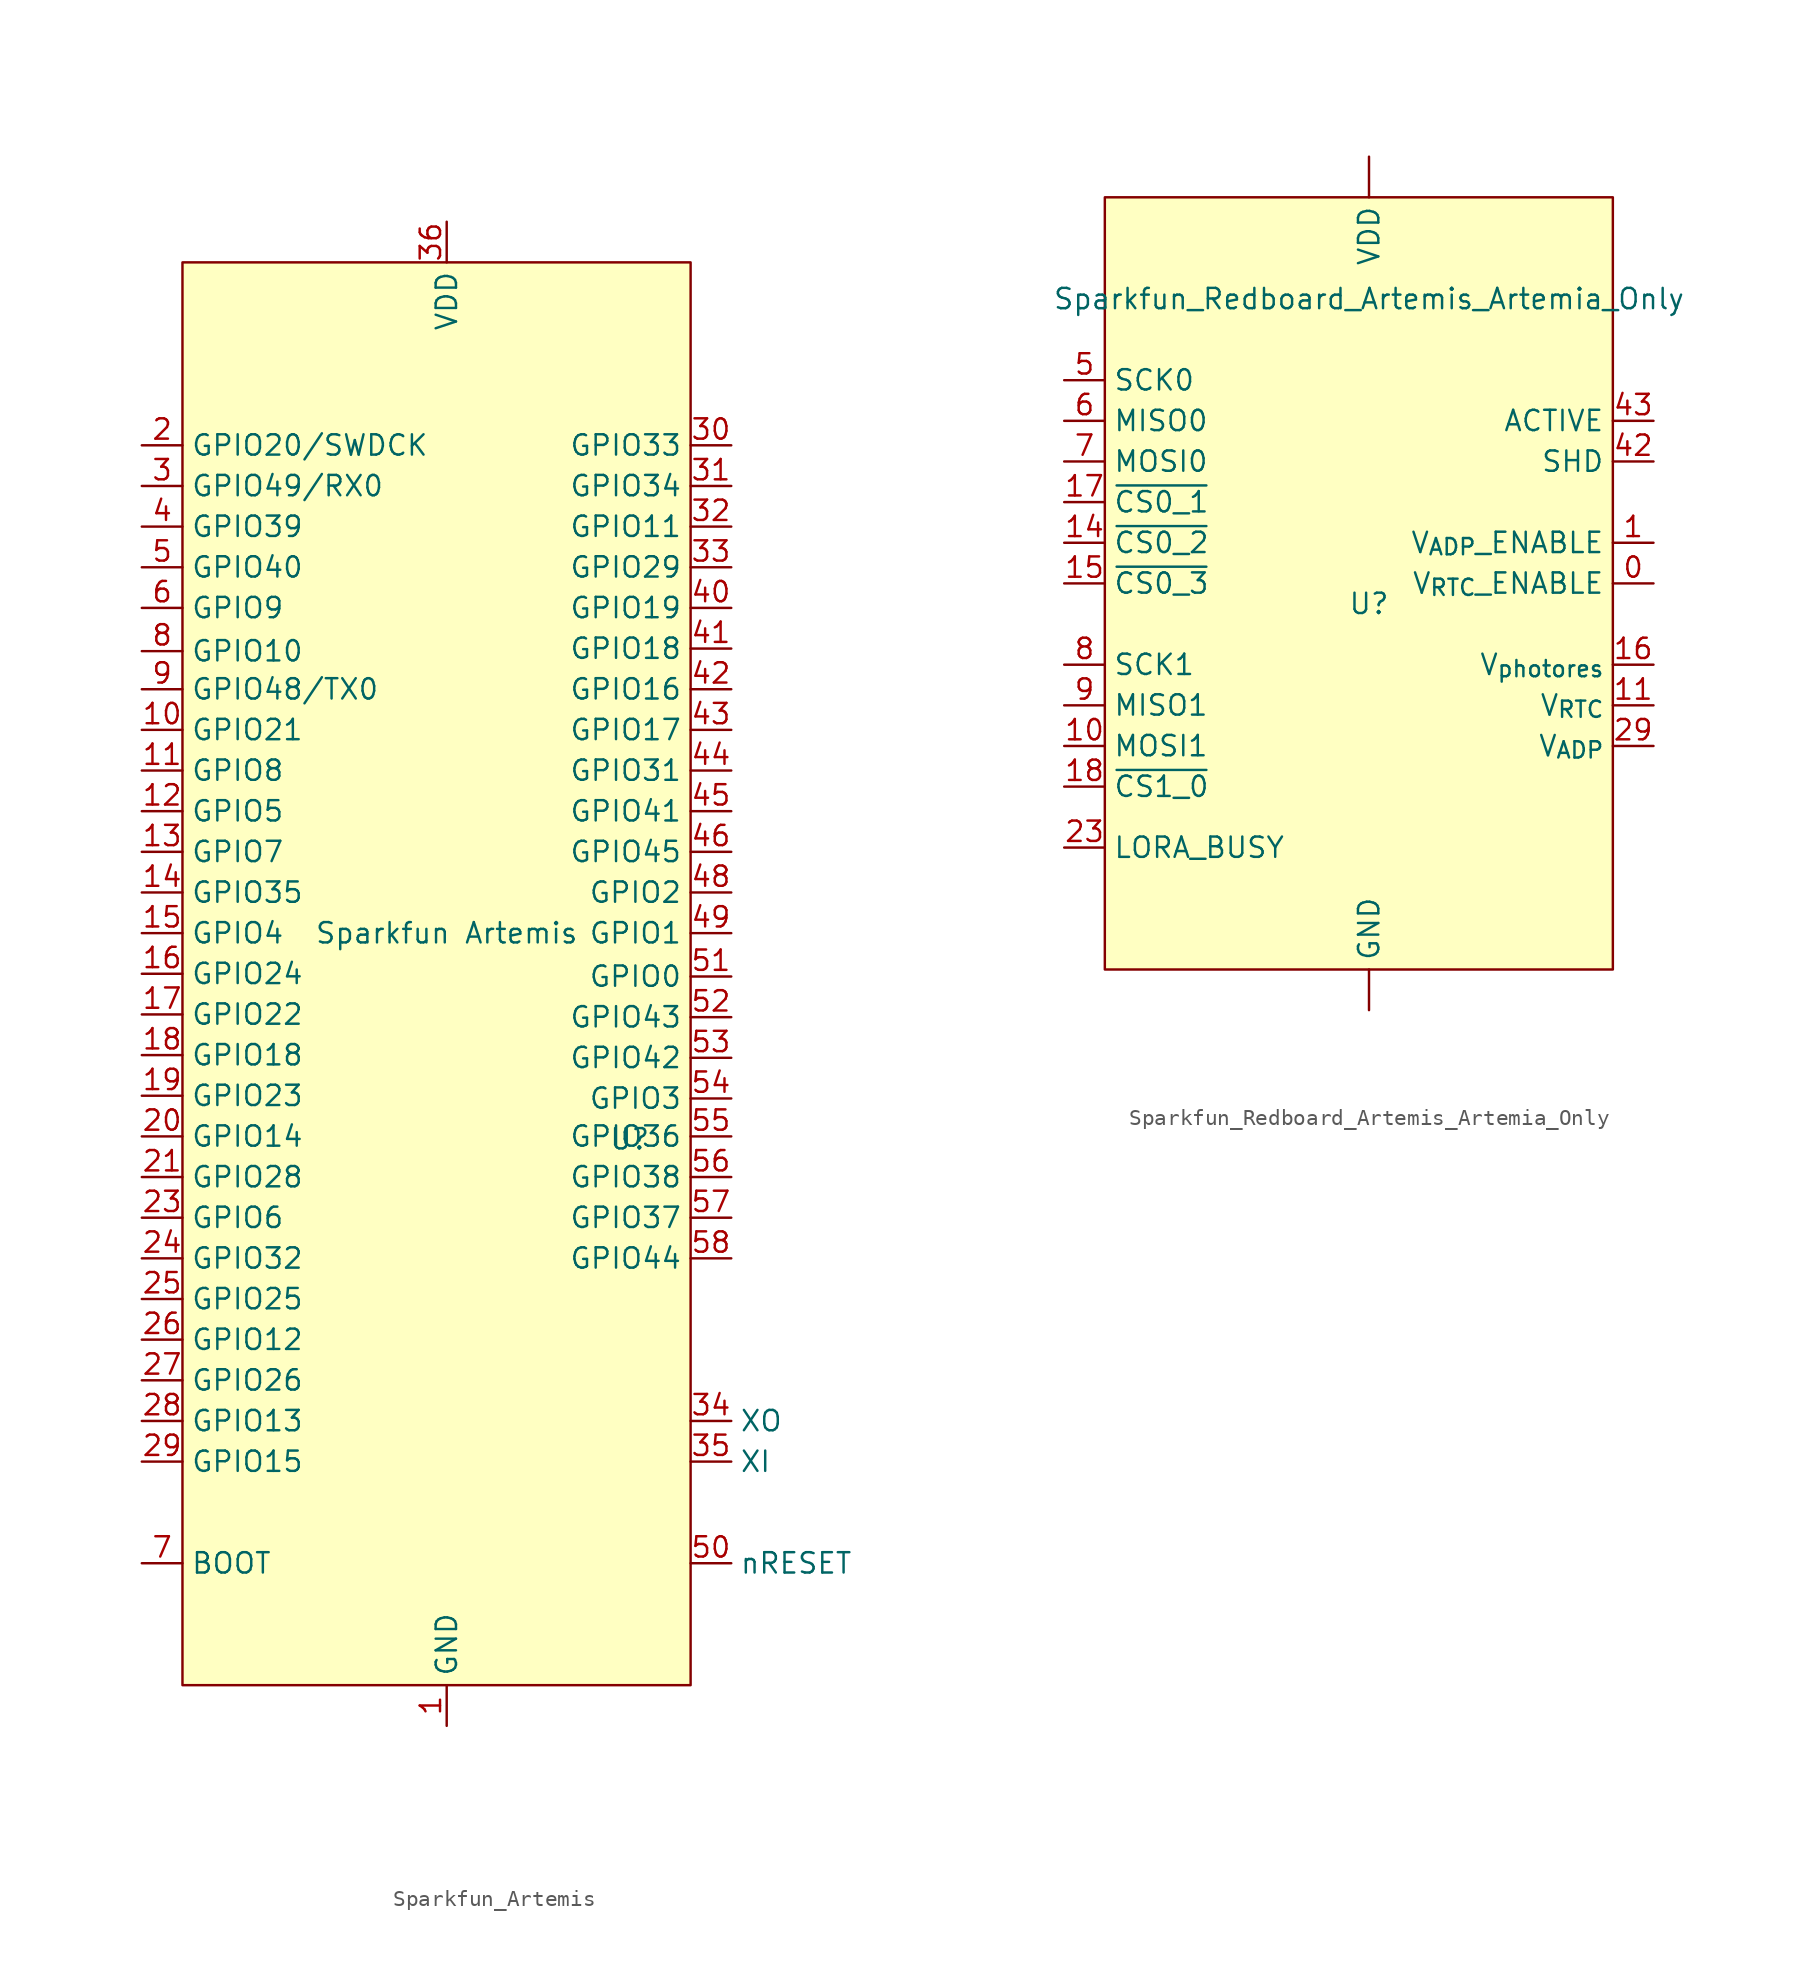
<source format=kicad_sym>
(kicad_symbol_lib
  (version 20220914)
  (generator kicad_symbol_editor)
  (symbol "Sparkfun_Artemis"
    (property "Reference" "U"
      (at 11.43 -12.87 0)
      (effects (font (size 1.27 1.27))))
    (property "Value" "Sparkfun Artemis"
      (at 0 0 0)
      (effects (font (size 1.27 1.27))))
    (symbol "Sparkfun_Artemis_1_0"
      (pin power_in line (at 0 -49.53 90) (length 2.54) (name "GND" (effects (font (size 1.27 1.27)))) (number "1" (effects (font (size 1.27 1.27)))))
      (pin bidirectional line (at -19.05 12.7 0) (length 2.54) (name "GPIO21" (effects (font (size 1.27 1.27)))) (number "10" (effects (font (size 1.27 1.27)))))
      (pin bidirectional line (at -19.05 10.16 0) (length 2.54) (name "GPIO8" (effects (font (size 1.27 1.27)))) (number "11" (effects (font (size 1.27 1.27)))))
      (pin bidirectional line (at -19.05 7.62 0) (length 2.54) (name "GPIO5" (effects (font (size 1.27 1.27)))) (number "12" (effects (font (size 1.27 1.27)))))
      (pin bidirectional line (at -19.05 5.08 0) (length 2.54) (name "GPIO7" (effects (font (size 1.27 1.27)))) (number "13" (effects (font (size 1.27 1.27)))))
      (pin bidirectional line (at -19.05 2.54 0) (length 2.54) (name "GPIO35" (effects (font (size 1.27 1.27)))) (number "14" (effects (font (size 1.27 1.27)))))
      (pin bidirectional line (at -19.05 0 0) (length 2.54) (name "GPIO4" (effects (font (size 1.27 1.27)))) (number "15" (effects (font (size 1.27 1.27)))))
      (pin bidirectional line (at -19.05 -2.54 0) (length 2.54) (name "GPIO24" (effects (font (size 1.27 1.27)))) (number "16" (effects (font (size 1.27 1.27)))))
      (pin bidirectional line (at -19.05 -5.08 0) (length 2.54) (name "GPIO22" (effects (font (size 1.27 1.27)))) (number "17" (effects (font (size 1.27 1.27)))))
      (pin bidirectional line (at -19.05 -7.62 0) (length 2.54) (name "GPIO18" (effects (font (size 1.27 1.27)))) (number "18" (effects (font (size 1.27 1.27)))))
      (pin bidirectional line (at -19.05 -10.16 0) (length 2.54) (name "GPIO23" (effects (font (size 1.27 1.27)))) (number "19" (effects (font (size 1.27 1.27)))))
      (pin bidirectional line (at -19.05 30.48 0) (length 2.54) (name "GPIO20/SWDCK" (effects (font (size 1.27 1.27)))) (number "2" (effects (font (size 1.27 1.27)))) (alternate "SWDCK" bidirectional line))
      (pin bidirectional line (at -19.05 -12.7 0) (length 2.54) (name "GPIO14" (effects (font (size 1.27 1.27)))) (number "20" (effects (font (size 1.27 1.27)))))
      (pin bidirectional line (at -19.05 -15.24 0) (length 2.54) (name "GPIO28" (effects (font (size 1.27 1.27)))) (number "21" (effects (font (size 1.27 1.27)))))
      (pin power_in line (at 0 -49.53 90) (length 2.54) hide (name "GND" (effects (font (size 1.27 1.27)))) (number "22" (effects (font (size 1.27 1.27)))))
      (pin bidirectional line (at -19.05 -17.78 0) (length 2.54) (name "GPIO6" (effects (font (size 1.27 1.27)))) (number "23" (effects (font (size 1.27 1.27)))))
      (pin bidirectional line (at -19.05 -20.32 0) (length 2.54) (name "GPIO32" (effects (font (size 1.27 1.27)))) (number "24" (effects (font (size 1.27 1.27)))))
      (pin bidirectional line (at -19.05 -22.86 0) (length 2.54) (name "GPIO25" (effects (font (size 1.27 1.27)))) (number "25" (effects (font (size 1.27 1.27)))))
      (pin bidirectional line (at -19.05 -25.4 0) (length 2.54) (name "GPIO12" (effects (font (size 1.27 1.27)))) (number "26" (effects (font (size 1.27 1.27)))))
      (pin bidirectional line (at -19.05 -27.94 0) (length 2.54) (name "GPIO26" (effects (font (size 1.27 1.27)))) (number "27" (effects (font (size 1.27 1.27)))))
      (pin bidirectional line (at -19.05 -30.48 0) (length 2.54) (name "GPIO13" (effects (font (size 1.27 1.27)))) (number "28" (effects (font (size 1.27 1.27)))))
      (pin bidirectional line (at -19.05 -33.02 0) (length 2.54) (name "GPIO15" (effects (font (size 1.27 1.27)))) (number "29" (effects (font (size 1.27 1.27)))))
      (pin bidirectional line (at -19.05 27.94 0) (length 2.54) (name "GPIO49/RX0" (effects (font (size 1.27 1.27)))) (number "3" (effects (font (size 1.27 1.27)))) (alternate "RX0" bidirectional line))
      (pin bidirectional line (at 17.78 30.48 180) (length 2.54) (name "GPIO33" (effects (font (size 1.27 1.27)))) (number "30" (effects (font (size 1.27 1.27)))))
      (pin bidirectional line (at 17.78 27.94 180) (length 2.54) (name "GPIO34" (effects (font (size 1.27 1.27)))) (number "31" (effects (font (size 1.27 1.27)))))
      (pin bidirectional line (at 17.78 25.4 180) (length 2.54) (name "GPIO11" (effects (font (size 1.27 1.27)))) (number "32" (effects (font (size 1.27 1.27)))))
      (pin bidirectional line (at 17.78 22.86 180) (length 2.54) (name "GPIO29" (effects (font (size 1.27 1.27)))) (number "33" (effects (font (size 1.27 1.27)))))
      (pin input line (at 15.24 -30.48 0) (length 2.54) (name "XO" (effects (font (size 1.27 1.27)))) (number "34" (effects (font (size 1.27 1.27)))))
      (pin output line (at 15.24 -33.02 0) (length 2.54) (name "XI" (effects (font (size 1.27 1.27)))) (number "35" (effects (font (size 1.27 1.27)))))
      (pin power_in line (at 0 44.45 270) (length 2.54) (name "VDD" (effects (font (size 1.27 1.27)))) (number "36" (effects (font (size 1.27 1.27)))))
      (pin power_in line (at 0 44.45 270) (length 2.54) hide (name "VDD" (effects (font (size 1.27 1.27)))) (number "37" (effects (font (size 1.27 1.27)))))
      (pin power_in line (at 0 -49.53 90) (length 2.54) hide (name "GND" (effects (font (size 1.27 1.27)))) (number "38" (effects (font (size 1.27 1.27)))))
      (pin power_in line (at 0 -49.53 90) (length 2.54) hide (name "GND" (effects (font (size 1.27 1.27)))) (number "39" (effects (font (size 1.27 1.27)))))
      (pin bidirectional line (at -19.05 25.4 0) (length 2.54) (name "GPIO39" (effects (font (size 1.27 1.27)))) (number "4" (effects (font (size 1.27 1.27)))))
      (pin bidirectional line (at 17.78 20.32 180) (length 2.54) (name "GPIO19" (effects (font (size 1.27 1.27)))) (number "40" (effects (font (size 1.27 1.27)))))
      (pin bidirectional line (at 17.78 17.78 180) (length 2.54) (name "GPIO18" (effects (font (size 1.27 1.27)))) (number "41" (effects (font (size 1.27 1.27)))))
      (pin bidirectional line (at 17.78 15.24 180) (length 2.54) (name "GPIO16" (effects (font (size 1.27 1.27)))) (number "42" (effects (font (size 1.27 1.27)))))
      (pin bidirectional line (at 17.78 12.7 180) (length 2.54) (name "GPIO17" (effects (font (size 1.27 1.27)))) (number "43" (effects (font (size 1.27 1.27)))))
      (pin bidirectional line (at 17.78 10.16 180) (length 2.54) (name "GPIO31" (effects (font (size 1.27 1.27)))) (number "44" (effects (font (size 1.27 1.27)))))
      (pin bidirectional line (at 17.78 7.62 180) (length 2.54) (name "GPIO41" (effects (font (size 1.27 1.27)))) (number "45" (effects (font (size 1.27 1.27)))))
      (pin bidirectional line (at 17.78 5.08 180) (length 2.54) (name "GPIO45" (effects (font (size 1.27 1.27)))) (number "46" (effects (font (size 1.27 1.27)))))
      (pin power_in line (at 0 -49.53 90) (length 2.54) hide (name "GND" (effects (font (size 1.27 1.27)))) (number "47" (effects (font (size 1.27 1.27)))))
      (pin bidirectional line (at 17.78 2.54 180) (length 2.54) (name "GPIO2" (effects (font (size 1.27 1.27)))) (number "48" (effects (font (size 1.27 1.27)))))
      (pin bidirectional line (at 17.78 0 180) (length 2.54) (name "GPIO1" (effects (font (size 1.27 1.27)))) (number "49" (effects (font (size 1.27 1.27)))))
      (pin bidirectional line (at -19.05 22.86 0) (length 2.54) (name "GPIO40" (effects (font (size 1.27 1.27)))) (number "5" (effects (font (size 1.27 1.27)))))
      (pin input line (at 15.24 -39.37 0) (length 2.54) (name "nRESET" (effects (font (size 1.27 1.27)))) (number "50" (effects (font (size 1.27 1.27)))))
      (pin bidirectional line (at 17.78 -2.71 180) (length 2.54) (name "GPIO0" (effects (font (size 1.27 1.27)))) (number "51" (effects (font (size 1.27 1.27)))))
      (pin bidirectional line (at 17.78 -5.25 180) (length 2.54) (name "GPIO43" (effects (font (size 1.27 1.27)))) (number "52" (effects (font (size 1.27 1.27)))))
      (pin bidirectional line (at 17.78 -7.79 180) (length 2.54) (name "GPIO42" (effects (font (size 1.27 1.27)))) (number "53" (effects (font (size 1.27 1.27)))))
      (pin bidirectional line (at 17.78 -10.33 180) (length 2.54) (name "GPIO3" (effects (font (size 1.27 1.27)))) (number "54" (effects (font (size 1.27 1.27)))))
      (pin bidirectional line (at 17.78 -12.7 180) (length 2.54) (name "GPIO36" (effects (font (size 1.27 1.27)))) (number "55" (effects (font (size 1.27 1.27)))))
      (pin bidirectional line (at 17.78 -15.24 180) (length 2.54) (name "GPIO38" (effects (font (size 1.27 1.27)))) (number "56" (effects (font (size 1.27 1.27)))))
      (pin bidirectional line (at 17.78 -17.78 180) (length 2.54) (name "GPIO37" (effects (font (size 1.27 1.27)))) (number "57" (effects (font (size 1.27 1.27)))))
      (pin bidirectional line (at 17.78 -20.32 180) (length 2.54) (name "GPIO44" (effects (font (size 1.27 1.27)))) (number "58" (effects (font (size 1.27 1.27)))))
      (pin power_in line (at 0 -49.53 90) (length 2.54) hide (name "GND" (effects (font (size 1.27 1.27)))) (number "59" (effects (font (size 1.27 1.27)))))
      (pin bidirectional line (at -19.05 20.32 0) (length 2.54) (name "GPIO9" (effects (font (size 1.27 1.27)))) (number "6" (effects (font (size 1.27 1.27)))))
      (pin unspecified line (at -19.05 -39.37 0) (length 2.54) (name "BOOT" (effects (font (size 1.27 1.27)))) (number "7" (effects (font (size 1.27 1.27)))))
      (pin bidirectional line (at -19.05 17.62 0) (length 2.54) (name "GPIO10" (effects (font (size 1.27 1.27)))) (number "8" (effects (font (size 1.27 1.27)))))
      (pin bidirectional line (at -19.05 15.24 0) (length 2.54) (name "GPIO48/TX0" (effects (font (size 1.27 1.27)))) (number "9" (effects (font (size 1.27 1.27)))) (alternate "TX0" bidirectional line)))
    (symbol "Sparkfun_Artemis_1_1"
      (rectangle (start -16.51 41.91) (end 15.24 -46.99) (stroke (width 0) (type default)) (fill (type background)))))
  (symbol "Sparkfun_Redboard_Artemis_Artemia_Only"
    (property "Reference" "U"
      (at 0 -1.27 0)
      (effects (font (size 1.27 1.27))))
    (property "Value" "Sparkfun_Redboard_Artemis_Artemia_Only"
      (at 0 17.78 0)
      (effects (font (size 1.27 1.27))))
    (symbol "Sparkfun_Redboard_Artemis_Artemia_Only_1_0"
      (pin power_in line (at 0 -26.67 90) (length 2.54) (name "GND" (effects (font (size 1.27 1.27)))) (number "" (effects (font (size 1.27 1.27)))))
      (pin power_in line (at 0 26.67 270) (length 2.54) (name "VDD" (effects (font (size 1.27 1.27)))) (number "" (effects (font (size 1.27 1.27)))))
      (pin output line (at 17.78 0 180) (length 2.54) (name "V_{RTC}_ENABLE" (effects (font (size 1.27 1.27)))) (number "0" (effects (font (size 1.27 1.27)))))
      (pin output line (at 17.78 2.54 180) (length 2.54) (name "V_{ADP}_ENABLE" (effects (font (size 1.27 1.27)))) (number "1" (effects (font (size 1.27 1.27)))))
      (pin output line (at -19.05 -10.16 0) (length 2.54) (name "MOSI1" (effects (font (size 1.27 1.27)))) (number "10" (effects (font (size 1.27 1.27)))))
      (pin input line (at 17.78 -7.62 180) (length 2.54) (name "V_{RTC}" (effects (font (size 1.27 1.27)))) (number "11" (effects (font (size 1.27 1.27)))))
      (pin output line (at -19.05 2.54 0) (length 2.54) (name "~{CS0_2}" (effects (font (size 1.27 1.27)))) (number "14" (effects (font (size 1.27 1.27)))))
      (pin output line (at -19.05 0 0) (length 2.54) (name "~{CS0_3}" (effects (font (size 1.27 1.27)))) (number "15" (effects (font (size 1.27 1.27)))))
      (pin input line (at 17.78 -5.08 180) (length 2.54) (name "V_{photores}" (effects (font (size 1.27 1.27)))) (number "16" (effects (font (size 1.27 1.27)))))
      (pin output line (at -19.05 5.08 0) (length 2.54) (name "~{CS0_1}" (effects (font (size 1.27 1.27)))) (number "17" (effects (font (size 1.27 1.27)))))
      (pin output line (at -19.05 -12.7 0) (length 2.54) (name "~{CS1_0}" (effects (font (size 1.27 1.27)))) (number "18" (effects (font (size 1.27 1.27)))))
      (pin input line (at -19.05 -16.51 0) (length 2.54) (name "LORA_BUSY" (effects (font (size 1.27 1.27)))) (number "23" (effects (font (size 1.27 1.27)))))
      (pin input line (at 17.78 -10.16 180) (length 2.54) (name "V_{ADP}" (effects (font (size 1.27 1.27)))) (number "29" (effects (font (size 1.27 1.27)))))
      (pin output line (at 17.78 7.62 180) (length 2.54) (name "SHD" (effects (font (size 1.27 1.27)))) (number "42" (effects (font (size 1.27 1.27)))))
      (pin output line (at 17.78 10.16 180) (length 2.54) (name "ACTIVE" (effects (font (size 1.27 1.27)))) (number "43" (effects (font (size 1.27 1.27)))))
      (pin output line (at -19.05 12.7 0) (length 2.54) (name "SCK0" (effects (font (size 1.27 1.27)))) (number "5" (effects (font (size 1.27 1.27)))) (alternate "SWDCK" bidirectional line))
      (pin input line (at -19.05 10.16 0) (length 2.54) (name "MISO0" (effects (font (size 1.27 1.27)))) (number "6" (effects (font (size 1.27 1.27)))) (alternate "RX0" bidirectional line))
      (pin output line (at -19.05 7.62 0) (length 2.54) (name "MOSI0" (effects (font (size 1.27 1.27)))) (number "7" (effects (font (size 1.27 1.27)))))
      (pin output line (at -19.05 -5.08 0) (length 2.54) (name "SCK1" (effects (font (size 1.27 1.27)))) (number "8" (effects (font (size 1.27 1.27)))))
      (pin input line (at -19.05 -7.62 0) (length 2.54) (name "MISO1" (effects (font (size 1.27 1.27)))) (number "9" (effects (font (size 1.27 1.27))))))
    (symbol "Sparkfun_Redboard_Artemis_Artemia_Only_1_1"
      (rectangle (start -16.51 24.13) (end 15.24 -24.13) (stroke (width 0) (type default)) (fill (type background))))))
</source>
